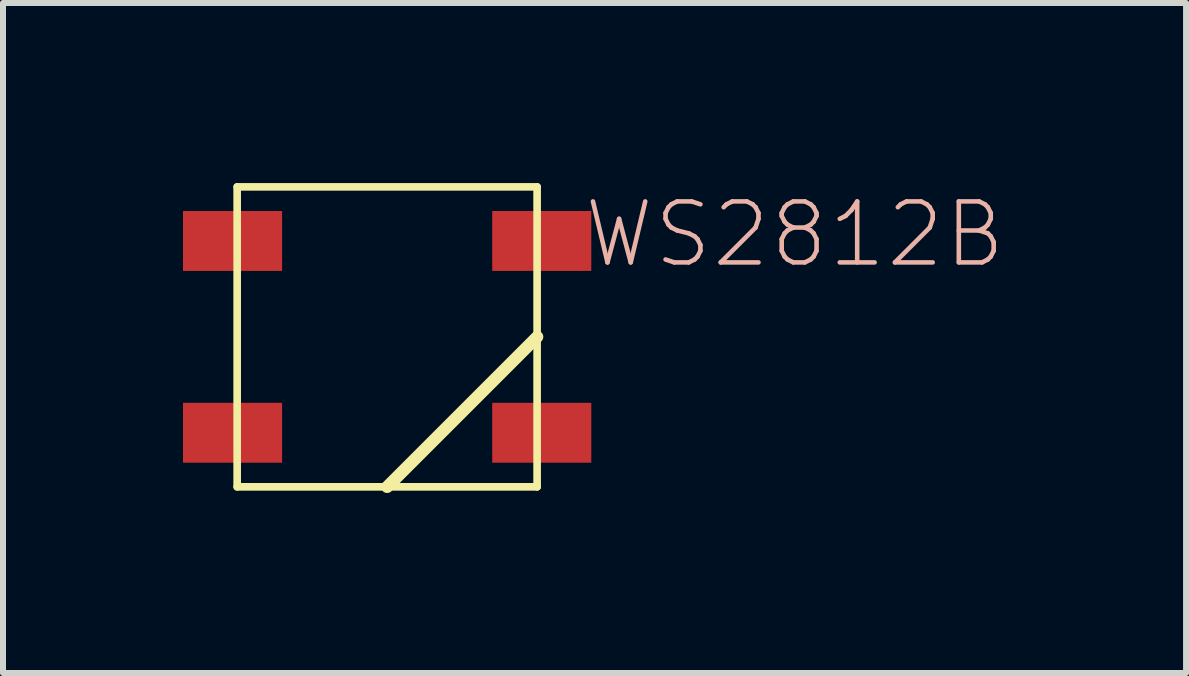
<source format=kicad_pcb>
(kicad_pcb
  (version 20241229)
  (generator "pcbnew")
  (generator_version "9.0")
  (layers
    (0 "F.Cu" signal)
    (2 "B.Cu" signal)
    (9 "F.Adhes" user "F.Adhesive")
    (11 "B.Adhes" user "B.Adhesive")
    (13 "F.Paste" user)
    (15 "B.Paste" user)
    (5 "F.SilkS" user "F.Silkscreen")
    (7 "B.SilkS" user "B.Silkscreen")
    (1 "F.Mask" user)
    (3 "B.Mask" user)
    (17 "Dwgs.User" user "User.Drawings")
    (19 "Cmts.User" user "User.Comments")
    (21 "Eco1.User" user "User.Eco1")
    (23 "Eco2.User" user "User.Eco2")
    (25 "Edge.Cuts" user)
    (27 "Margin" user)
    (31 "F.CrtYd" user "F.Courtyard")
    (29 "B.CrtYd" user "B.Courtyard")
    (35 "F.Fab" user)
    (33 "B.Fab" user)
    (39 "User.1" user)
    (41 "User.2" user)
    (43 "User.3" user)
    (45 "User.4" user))
  (footprint "WS2812B"
    (placed yes)
    (layer "F.Cu")
    (at 3.401 2.563)
    (property "Reference" "WS2812B" (at 6.792 -1.707 0) (layer "B.SilkS") (effects (font (size 1.016 1.016) (thickness 0.076))))
    (attr smd)
    (fp_line (start -2.499 -2.499) (end -2.499 2.499) (stroke (width 0.127) (type solid)) (layer "F.SilkS"))
    (fp_line (start -2.499 2.499) (end 2.499 2.499) (stroke (width 0.127) (type solid)) (layer "F.SilkS"))
    (fp_line (start 2.499 -2.499) (end -2.499 -2.499) (stroke (width 0.127) (type solid)) (layer "F.SilkS"))
    (fp_line (start 2.499 2.499) (end 2.499 -2.499) (stroke (width 0.127) (type solid)) (layer "F.SilkS"))
    (fp_line (start 2.5 0) (end 0 2.5) (stroke (width 0.203) (type solid)) (layer "F.SilkS"))
    (pad "1" smd rect (at -2.576 -1.598) (size 1.651 0.998) (layers "F.Cu" "F.Mask" "F.Paste"))
    (pad "2" smd rect (at -2.576 1.598) (size 1.651 0.998) (layers "F.Cu" "F.Mask" "F.Paste"))
    (pad "3" smd rect (at 2.576 1.598) (size 1.651 0.998) (layers "F.Cu" "F.Mask" "F.Paste"))
    (pad "4" smd rect (at 2.576 -1.598) (size 1.651 0.998) (layers "F.Cu" "F.Mask" "F.Paste")))
  (gr_rect
    (start -3 -3)
    (end 16.713 8.164)
    (stroke (width 0.1) (type default))
    (fill no)
    (layer "Edge.Cuts")))
</source>
